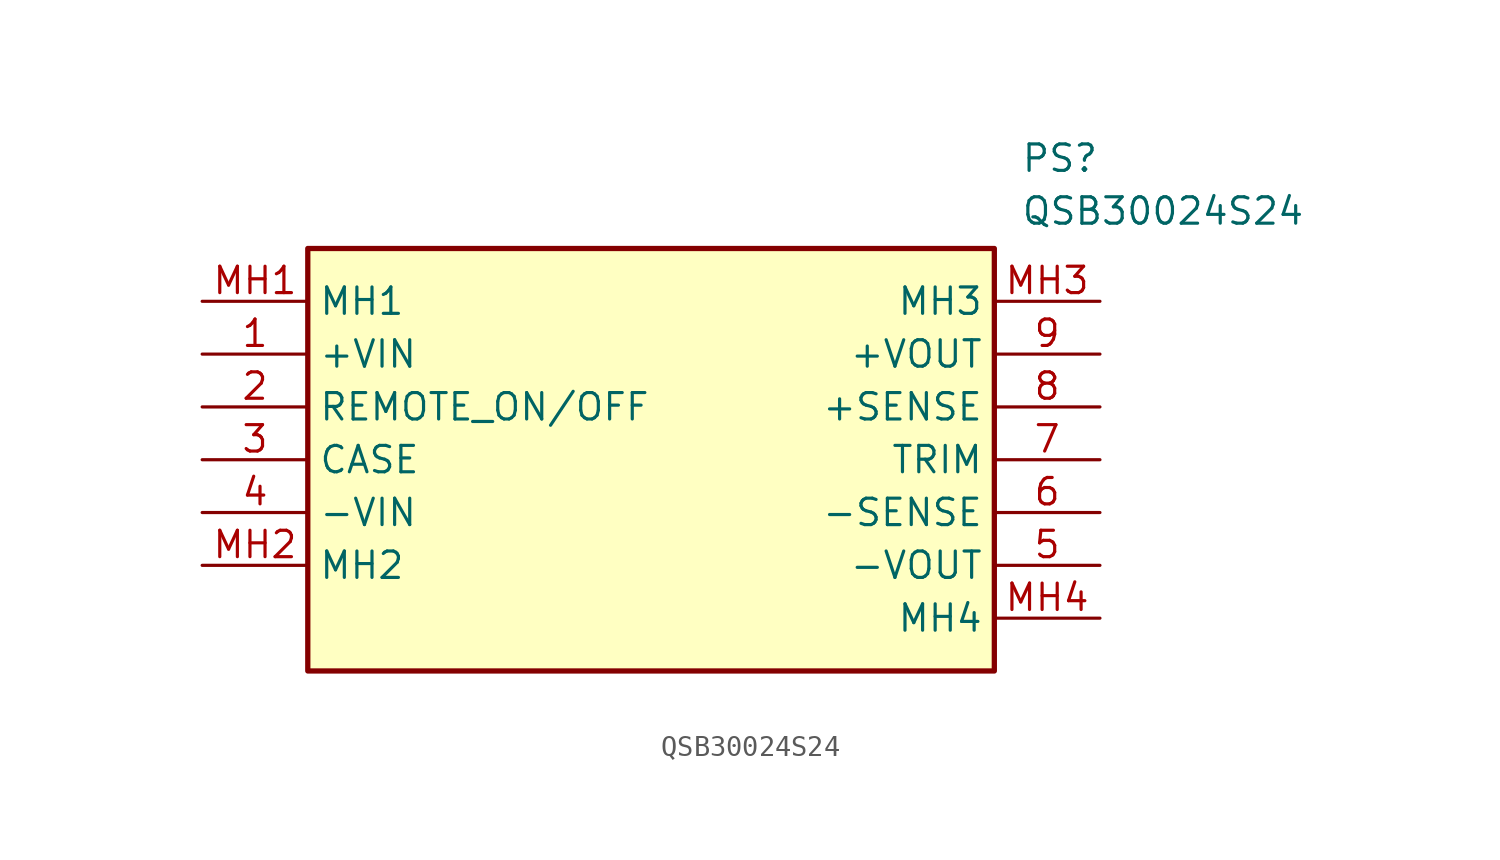
<source format=kicad_sym>
(kicad_symbol_lib
  (version 20211014)
  (generator SamacSys_ECAD_Model)
  (symbol "QSB30024S24"
    (property "Reference" "PS"
      (at 39.37 7.62 0)
      (effects (font (size 1.27 1.27)) (justify left top)))
    (property "Value" "QSB30024S24"
      (at 39.37 5.08 0)
      (effects (font (size 1.27 1.27)) (justify left top)))
    (rectangle
      (start 5.08 2.54)
      (end 38.1 -17.78)
      (stroke (width 0.254) (type default))
      (fill (type background)))
    (pin passive line
      (at 0 -2.54 0)
      (length 5.08)
      (name "+VIN" (effects (font (size 1.27 1.27))))
      (number "1" (effects (font (size 1.27 1.27)))))
    (pin passive line
      (at 0 -5.08 0)
      (length 5.08)
      (name "REMOTE_ON/OFF" (effects (font (size 1.27 1.27))))
      (number "2" (effects (font (size 1.27 1.27)))))
    (pin passive line
      (at 0 -7.62 0)
      (length 5.08)
      (name "CASE" (effects (font (size 1.27 1.27))))
      (number "3" (effects (font (size 1.27 1.27)))))
    (pin passive line
      (at 0 -10.16 0)
      (length 5.08)
      (name "-VIN" (effects (font (size 1.27 1.27))))
      (number "4" (effects (font (size 1.27 1.27)))))
    (pin passive line
      (at 43.18 -12.7 180)
      (length 5.08)
      (name "-VOUT" (effects (font (size 1.27 1.27))))
      (number "5" (effects (font (size 1.27 1.27)))))
    (pin passive line
      (at 43.18 -10.16 180)
      (length 5.08)
      (name "-SENSE" (effects (font (size 1.27 1.27))))
      (number "6" (effects (font (size 1.27 1.27)))))
    (pin passive line
      (at 43.18 -7.62 180)
      (length 5.08)
      (name "TRIM" (effects (font (size 1.27 1.27))))
      (number "7" (effects (font (size 1.27 1.27)))))
    (pin passive line
      (at 43.18 -5.08 180)
      (length 5.08)
      (name "+SENSE" (effects (font (size 1.27 1.27))))
      (number "8" (effects (font (size 1.27 1.27)))))
    (pin passive line
      (at 43.18 -2.54 180)
      (length 5.08)
      (name "+VOUT" (effects (font (size 1.27 1.27))))
      (number "9" (effects (font (size 1.27 1.27)))))
    (pin passive line
      (at 0 0 0)
      (length 5.08)
      (name "MH1" (effects (font (size 1.27 1.27))))
      (number "MH1" (effects (font (size 1.27 1.27)))))
    (pin passive line
      (at 0 -12.7 0)
      (length 5.08)
      (name "MH2" (effects (font (size 1.27 1.27))))
      (number "MH2" (effects (font (size 1.27 1.27)))))
    (pin passive line
      (at 43.18 0 180)
      (length 5.08)
      (name "MH3" (effects (font (size 1.27 1.27))))
      (number "MH3" (effects (font (size 1.27 1.27)))))
    (pin passive line
      (at 43.18 -15.24 180)
      (length 5.08)
      (name "MH4" (effects (font (size 1.27 1.27))))
      (number "MH4" (effects (font (size 1.27 1.27)))))))
</source>
